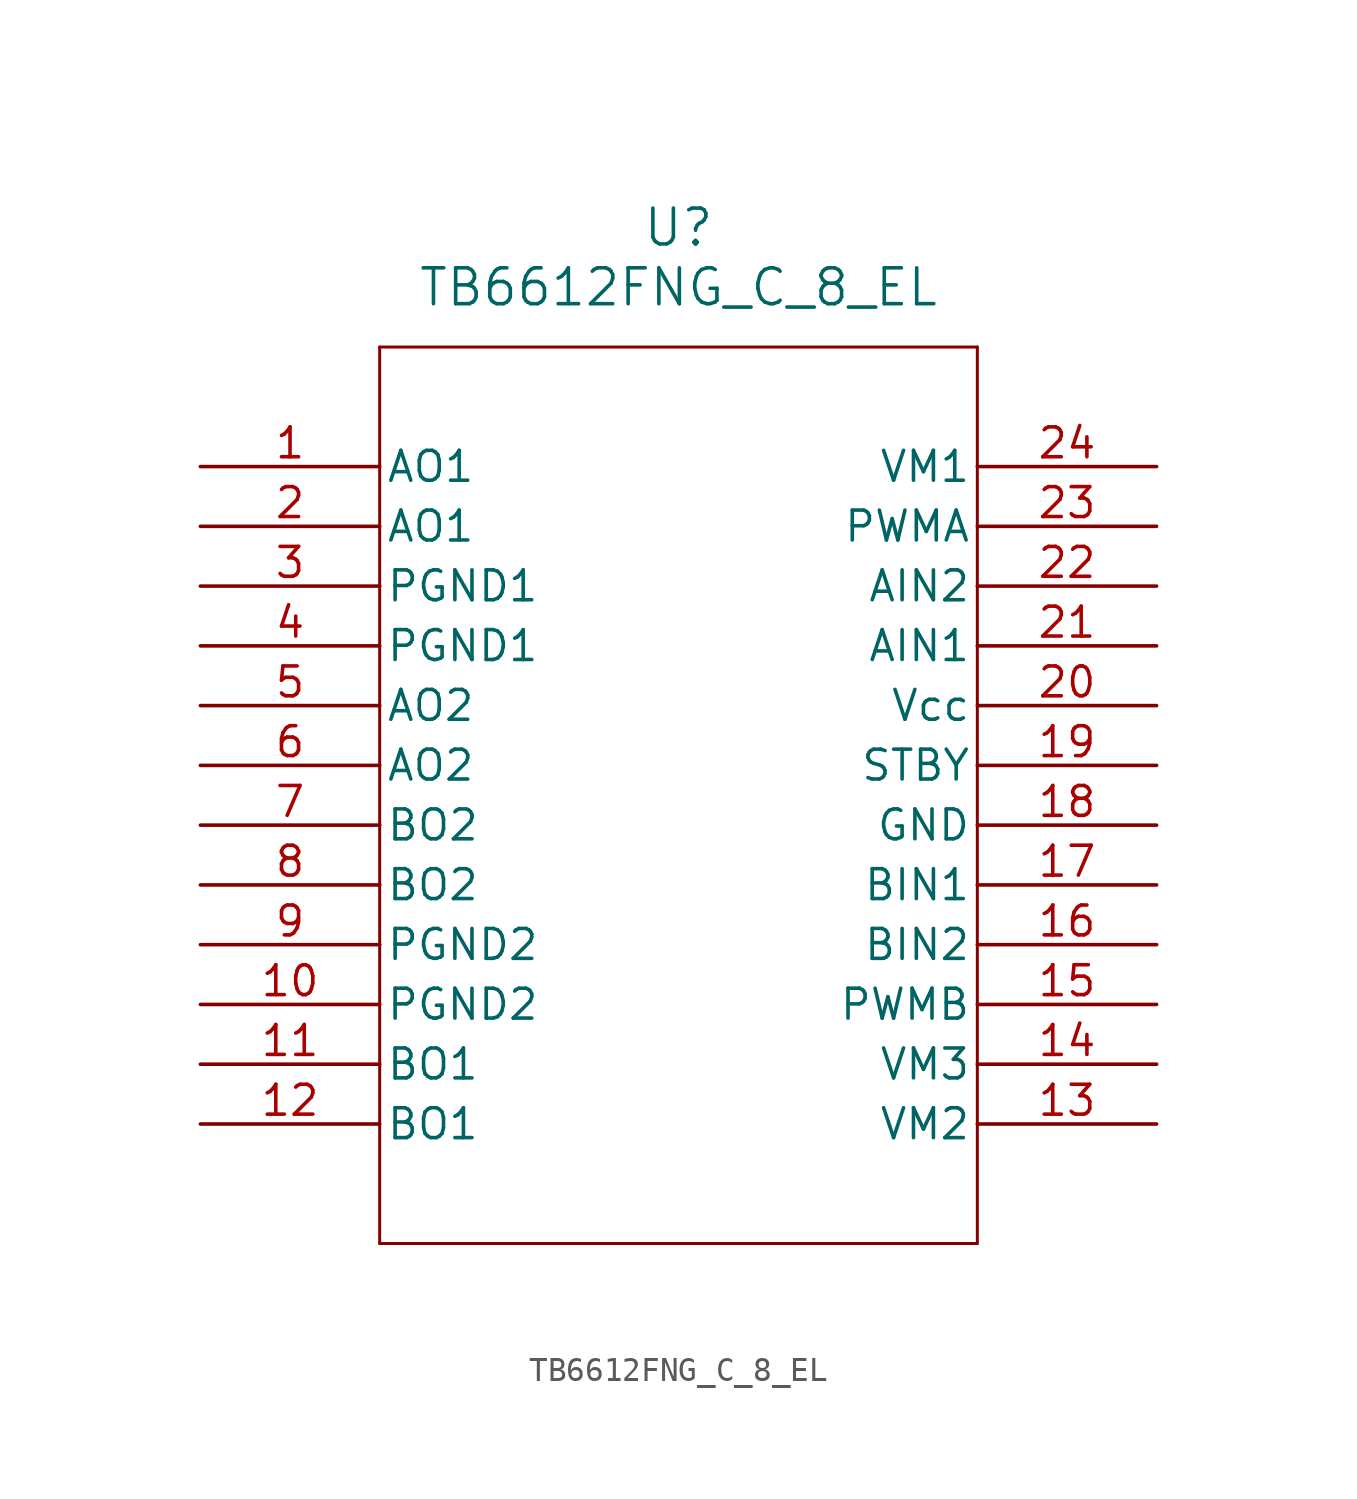
<source format=kicad_sym>
(kicad_symbol_lib
  (version 20211014)
  (generator kicad_symbol_editor)
  (symbol "TB6612FNG_C_8_EL"
    (pin_names
      (offset 0.254))
    (property "Reference" "U"
      (at 20.32 10.16 0)
      (effects (font (size 1.524 1.524))))
    (property "Value" "TB6612FNG_C_8_EL"
      (at 20.32 7.62 0)
      (effects (font (size 1.524 1.524))))
    (symbol "TB6612FNG_C_8_EL_0_1"
      (polyline (pts (xy 7.62 5.08) (xy 7.62 -33.02)) (stroke (width 0.127) (type default) (color 0 0 0 0)) (fill (type none)))
      (polyline (pts (xy 7.62 -33.02) (xy 33.02 -33.02)) (stroke (width 0.127) (type default) (color 0 0 0 0)) (fill (type none)))
      (polyline (pts (xy 33.02 -33.02) (xy 33.02 5.08)) (stroke (width 0.127) (type default) (color 0 0 0 0)) (fill (type none)))
      (polyline (pts (xy 33.02 5.08) (xy 7.62 5.08)) (stroke (width 0.127) (type default) (color 0 0 0 0)) (fill (type none)))
      (pin output line (at 0 0 0) (length 7.62) (name "AO1" (effects (font (size 1.27 1.27)))) (number "1" (effects (font (size 1.27 1.27)))))
      (pin output line (at 0 -2.54 0) (length 7.62) (name "AO1" (effects (font (size 1.27 1.27)))) (number "2" (effects (font (size 1.27 1.27)))))
      (pin power_out line (at 0 -5.08 0) (length 7.62) (name "PGND1" (effects (font (size 1.27 1.27)))) (number "3" (effects (font (size 1.27 1.27)))))
      (pin power_out line (at 0 -7.62 0) (length 7.62) (name "PGND1" (effects (font (size 1.27 1.27)))) (number "4" (effects (font (size 1.27 1.27)))))
      (pin output line (at 0 -10.16 0) (length 7.62) (name "AO2" (effects (font (size 1.27 1.27)))) (number "5" (effects (font (size 1.27 1.27)))))
      (pin output line (at 0 -12.7 0) (length 7.62) (name "AO2" (effects (font (size 1.27 1.27)))) (number "6" (effects (font (size 1.27 1.27)))))
      (pin output line (at 0 -15.24 0) (length 7.62) (name "BO2" (effects (font (size 1.27 1.27)))) (number "7" (effects (font (size 1.27 1.27)))))
      (pin output line (at 0 -17.78 0) (length 7.62) (name "BO2" (effects (font (size 1.27 1.27)))) (number "8" (effects (font (size 1.27 1.27)))))
      (pin power_out line (at 0 -20.32 0) (length 7.62) (name "PGND2" (effects (font (size 1.27 1.27)))) (number "9" (effects (font (size 1.27 1.27)))))
      (pin power_out line (at 0 -22.86 0) (length 7.62) (name "PGND2" (effects (font (size 1.27 1.27)))) (number "10" (effects (font (size 1.27 1.27)))))
      (pin output line (at 0 -25.4 0) (length 7.62) (name "BO1" (effects (font (size 1.27 1.27)))) (number "11" (effects (font (size 1.27 1.27)))))
      (pin output line (at 0 -27.94 0) (length 7.62) (name "BO1" (effects (font (size 1.27 1.27)))) (number "12" (effects (font (size 1.27 1.27)))))
      (pin power_in line (at 40.64 -27.94 180) (length 7.62) (name "VM2" (effects (font (size 1.27 1.27)))) (number "13" (effects (font (size 1.27 1.27)))))
      (pin power_in line (at 40.64 -25.4 180) (length 7.62) (name "VM3" (effects (font (size 1.27 1.27)))) (number "14" (effects (font (size 1.27 1.27)))))
      (pin input line (at 40.64 -22.86 180) (length 7.62) (name "PWMB" (effects (font (size 1.27 1.27)))) (number "15" (effects (font (size 1.27 1.27)))))
      (pin input line (at 40.64 -20.32 180) (length 7.62) (name "BIN2" (effects (font (size 1.27 1.27)))) (number "16" (effects (font (size 1.27 1.27)))))
      (pin input line (at 40.64 -17.78 180) (length 7.62) (name "BIN1" (effects (font (size 1.27 1.27)))) (number "17" (effects (font (size 1.27 1.27)))))
      (pin power_out line (at 40.64 -15.24 180) (length 7.62) (name "GND" (effects (font (size 1.27 1.27)))) (number "18" (effects (font (size 1.27 1.27)))))
      (pin input line (at 40.64 -12.7 180) (length 7.62) (name "STBY" (effects (font (size 1.27 1.27)))) (number "19" (effects (font (size 1.27 1.27)))))
      (pin power_in line (at 40.64 -10.16 180) (length 7.62) (name "Vcc" (effects (font (size 1.27 1.27)))) (number "20" (effects (font (size 1.27 1.27)))))
      (pin input line (at 40.64 -7.62 180) (length 7.62) (name "AIN1" (effects (font (size 1.27 1.27)))) (number "21" (effects (font (size 1.27 1.27)))))
      (pin input line (at 40.64 -5.08 180) (length 7.62) (name "AIN2" (effects (font (size 1.27 1.27)))) (number "22" (effects (font (size 1.27 1.27)))))
      (pin input line (at 40.64 -2.54 180) (length 7.62) (name "PWMA" (effects (font (size 1.27 1.27)))) (number "23" (effects (font (size 1.27 1.27)))))
      (pin power_in line (at 40.64 0 180) (length 7.62) (name "VM1" (effects (font (size 1.27 1.27)))) (number "24" (effects (font (size 1.27 1.27))))))))
</source>
